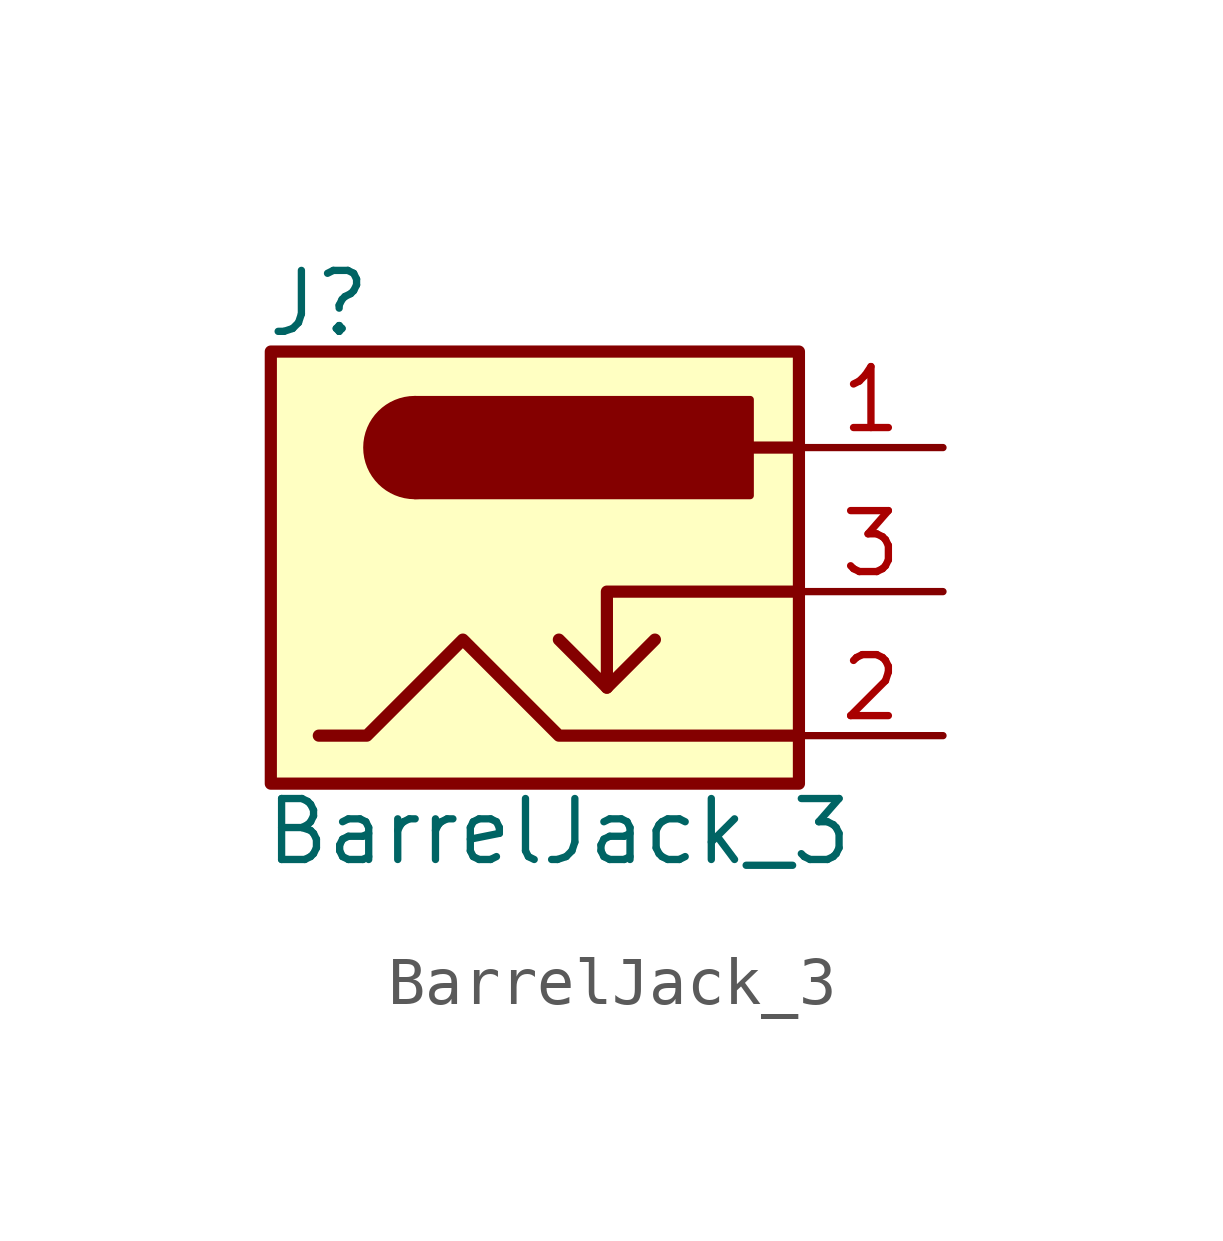
<source format=kicad_sym>
(kicad_symbol_lib
  (version 20220914)
  (generator kicad_symbol_editor)
  (symbol "BarrelJack_3"
    (property "Reference" "J"
      (at -6 1 0)
      (effects (font (size 1.27 1.27))))
    (property "Value" "BarrelJack_3"
      (at -1 -10 0)
      (effects (font (size 1.27 1.27))))
    (symbol "BarrelJack_3_0_1"
      (rectangle (start -7 0) (end 4 -9) (stroke (width 0.254) (type default)) (fill (type background)))
      (circle (center -4 -2) (radius 1) (stroke (width 0) (type default)) (fill (type outline)))
      (rectangle (start -4 -1) (end 2.985 -3) (stroke (width 0) (type default)) (fill (type outline)))
      (polyline (pts (xy 1 -6) (xy 0 -7)) (stroke (width 0.254) (type default)) (fill (type none)))
      (polyline (pts (xy 4 -2) (xy 2.73 -2)) (stroke (width 0.254) (type default)) (fill (type none)))
      (polyline (pts (xy 4 -5) (xy 0 -5) (xy 0 -7) (xy -1 -6)) (stroke (width 0.254) (type default)) (fill (type none)))
      (polyline (pts (xy -6 -8) (xy -5 -8) (xy -3 -6) (xy -1 -8) (xy 0.35 -8) (xy 4 -8)) (stroke (width 0.254) (type default)) (fill (type none))))
    (symbol "BarrelJack_3_1_1"
      (pin passive line (at 7 -2 180) (length 3) (name "~" (effects (font (size 1.27 1.27)))) (number "1" (effects (font (size 1.27 1.27)))))
      (pin passive line (at 7 -8 180) (length 3) (name "~" (effects (font (size 1.27 1.27)))) (number "2" (effects (font (size 1.27 1.27)))))
      (pin passive line (at 7 -5 180) (length 3) (name "~" (effects (font (size 1.27 1.27)))) (number "3" (effects (font (size 1.27 1.27))))))))
</source>
